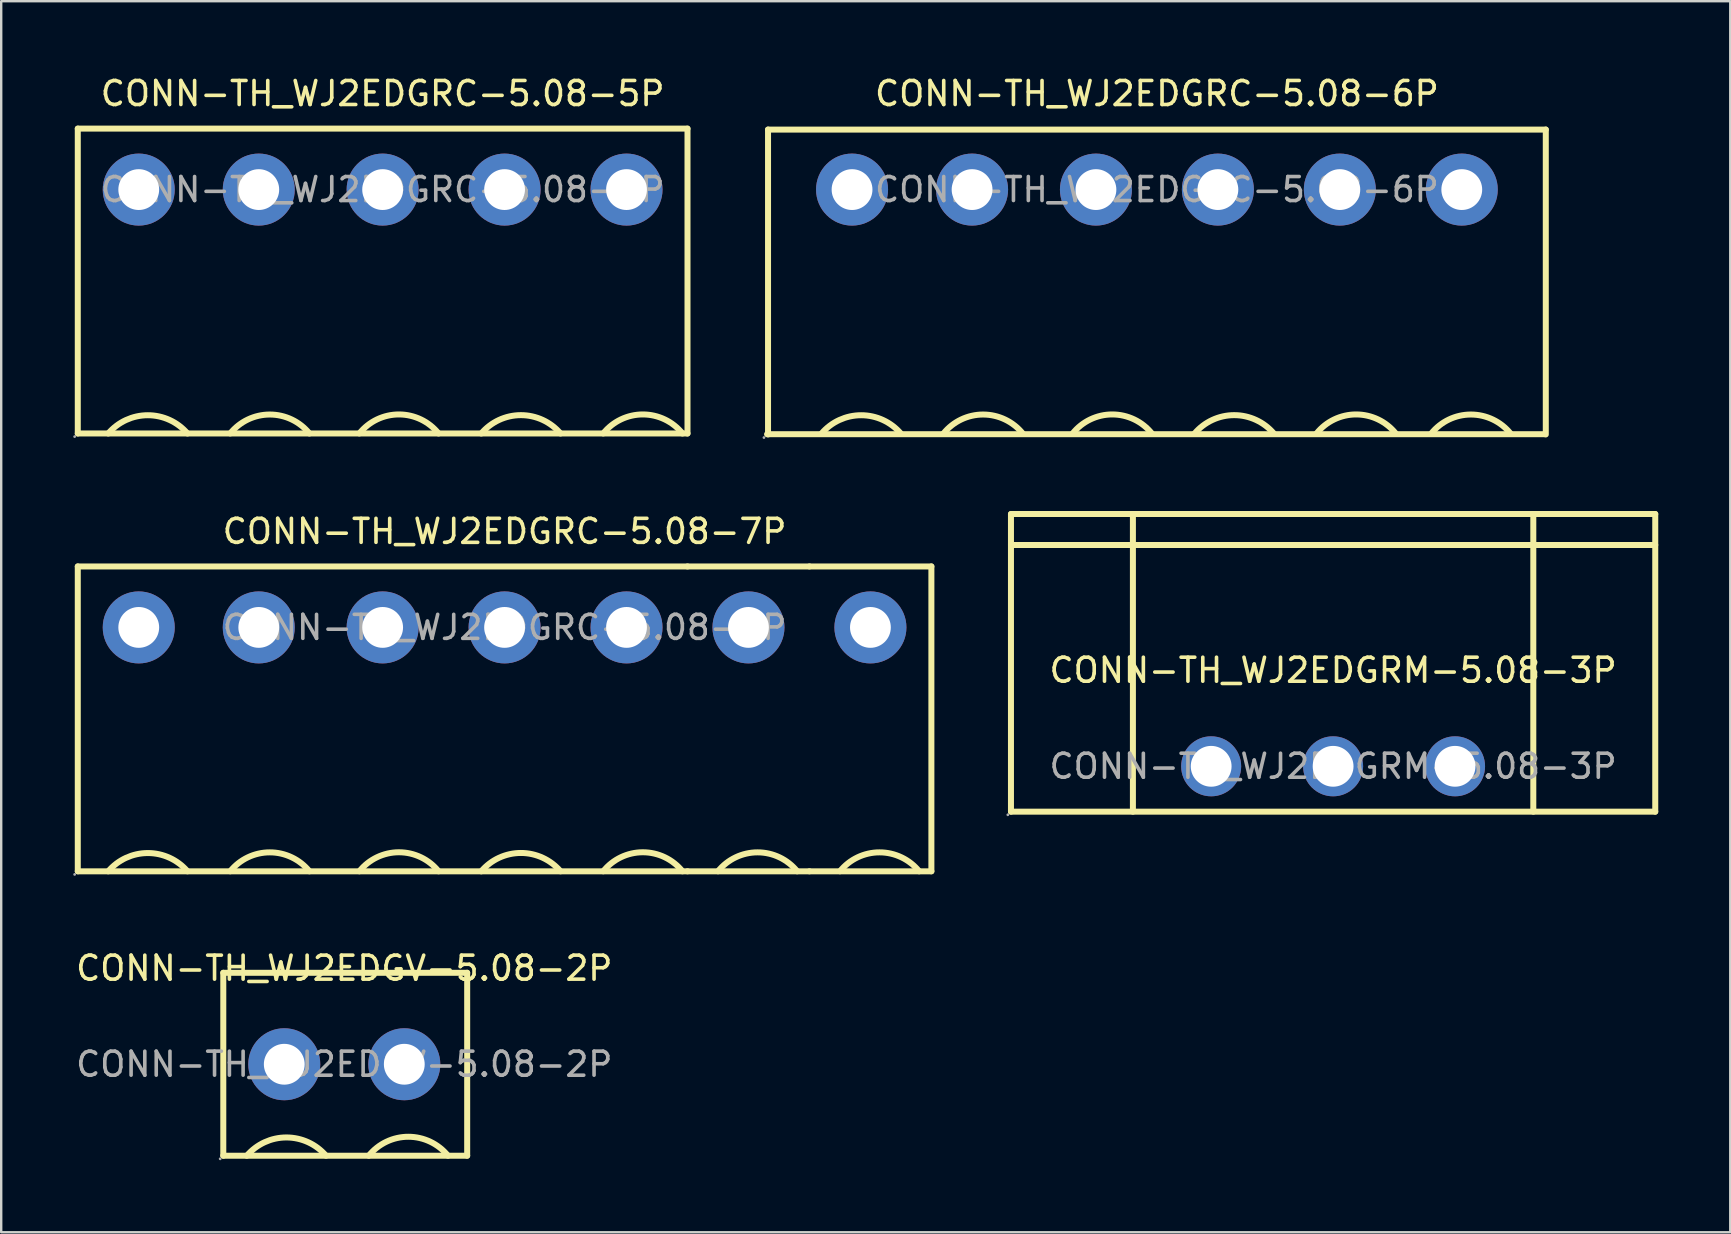
<source format=kicad_pcb>
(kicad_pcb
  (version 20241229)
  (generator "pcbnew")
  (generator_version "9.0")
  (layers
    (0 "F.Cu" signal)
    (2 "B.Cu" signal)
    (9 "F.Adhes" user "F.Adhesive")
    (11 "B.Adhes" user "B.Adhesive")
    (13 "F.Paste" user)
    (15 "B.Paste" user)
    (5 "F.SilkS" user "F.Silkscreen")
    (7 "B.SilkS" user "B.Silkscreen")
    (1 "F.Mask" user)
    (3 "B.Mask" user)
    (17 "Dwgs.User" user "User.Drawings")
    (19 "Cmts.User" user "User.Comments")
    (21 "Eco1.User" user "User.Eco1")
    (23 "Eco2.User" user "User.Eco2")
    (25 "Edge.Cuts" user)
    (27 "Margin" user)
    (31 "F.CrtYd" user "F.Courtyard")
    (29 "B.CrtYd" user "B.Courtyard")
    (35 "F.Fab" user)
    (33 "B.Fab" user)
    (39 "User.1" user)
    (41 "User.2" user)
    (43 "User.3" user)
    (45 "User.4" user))
  (footprint "CONN-TH_WJ2EDGRC-5.08-7P"
    (layer "F.Cu")
    (at 17.97 23.087)
    (property "Reference" "CONN-TH_WJ2EDGRC-5.08-7P" (at 0 -4 0) (layer "F.SilkS") (effects (font (size 1 1) (thickness 0.15))))
    (attr through_hole)
    (fp_line (start -17.78 -2.54) (end -17.78 10.16) (stroke (width 0.25) (type solid)) (layer "F.SilkS"))
    (fp_line (start -17.78 -2.54) (end 7.62 -2.54) (stroke (width 0.25) (type solid)) (layer "F.SilkS"))
    (fp_line (start -17.78 10.16) (end 7.62 10.16) (stroke (width 0.25) (type solid)) (layer "F.SilkS"))
    (fp_line (start 7.62 -2.54) (end 12.7 -2.54) (stroke (width 0.25) (type solid)) (layer "F.SilkS"))
    (fp_line (start 7.62 10.16) (end 12.7 10.16) (stroke (width 0.25) (type solid)) (layer "F.SilkS"))
    (fp_line (start 12.7 -2.54) (end 17.78 -2.54) (stroke (width 0.25) (type solid)) (layer "F.SilkS"))
    (fp_line (start 12.7 10.16) (end 17.78 10.16) (stroke (width 0.25) (type solid)) (layer "F.SilkS"))
    (fp_line (start 17.78 -2.54) (end 17.78 10.16) (stroke (width 0.25) (type solid)) (layer "F.SilkS"))
    (fp_arc (start -16.510511 10.160599) (mid -14.860394 9.399609) (end -13.21 10.16) (stroke (width 0.25) (type solid)) (layer "F.SilkS"))
    (fp_arc (start -11.428881 10.158614) (mid -9.779109 9.370709) (end -8.13 10.16) (stroke (width 0.25) (type solid)) (layer "F.SilkS"))
    (fp_arc (start -6.049069 10.158837) (mid -4.399255 9.366969) (end -2.75 10.16) (stroke (width 0.25) (type solid)) (layer "F.SilkS"))
    (fp_arc (start -0.970689 10.160812) (mid 0.679468 9.396091) (end 2.33 10.16) (stroke (width 0.25) (type solid)) (layer "F.SilkS"))
    (fp_arc (start 4.110931 10.158837) (mid 5.760745 9.366969) (end 7.41 10.16) (stroke (width 0.25) (type solid)) (layer "F.SilkS"))
    (fp_arc (start 8.891119 10.158614) (mid 10.540891 9.370709) (end 12.19 10.16) (stroke (width 0.25) (type solid)) (layer "F.SilkS"))
    (fp_arc (start 13.971119 10.158614) (mid 15.620891 9.370709) (end 17.27 10.16) (stroke (width 0.25) (type solid)) (layer "F.SilkS"))
    (fp_circle (center -17.91 10.29) (end -17.88 10.29) (stroke (width 0.06) (type solid)) (fill no) (layer "F.Fab"))
    (fp_circle (center -15.24 0) (end -14.86 0) (stroke (width 0.75) (type solid)) (fill no) (layer "F.Fab"))
    (fp_circle (center -10.24 0) (end -9.86 0) (stroke (width 0.75) (type solid)) (fill no) (layer "F.Fab"))
    (fp_circle (center -5.08 0) (end -4.7 0) (stroke (width 0.75) (type solid)) (fill no) (layer "F.Fab"))
    (fp_circle (center 0 0) (end 0.38 0) (stroke (width 0.75) (type solid)) (fill no) (layer "F.Fab"))
    (fp_circle (center 5.08 0) (end 5.46 0) (stroke (width 0.75) (type solid)) (fill no) (layer "F.Fab"))
    (fp_circle (center 10.16 0) (end 10.54 0) (stroke (width 0.75) (type solid)) (fill no) (layer "F.Fab"))
    (fp_circle (center 15.24 0) (end 15.62 0) (stroke (width 0.75) (type solid)) (fill no) (layer "F.Fab"))
    (fp_text user "${REFERENCE}" (at 0 0 0) (layer "F.Fab") (effects (font (size 1 1) (thickness 0.15))))
    (pad "1" thru_hole circle (at -15.24 0) (size 3 3) (drill 1.7) (layers "*.Cu" "*.Paste" "*.Mask"))
    (pad "2" thru_hole circle (at -10.24 0) (size 3 3) (drill 1.7) (layers "*.Cu" "*.Paste" "*.Mask"))
    (pad "3" thru_hole circle (at -5.08 0) (size 3 3) (drill 1.7) (layers "*.Cu" "*.Paste" "*.Mask"))
    (pad "4" thru_hole circle (at 0 0) (size 3 3) (drill 1.7) (layers "*.Cu" "*.Paste" "*.Mask"))
    (pad "5" thru_hole circle (at 5.08 0) (size 3 3) (drill 1.7) (layers "*.Cu" "*.Paste" "*.Mask"))
    (pad "6" thru_hole circle (at 10.16 0) (size 3 3) (drill 1.7) (layers "*.Cu" "*.Paste" "*.Mask"))
    (pad "7" thru_hole circle (at 15.24 0) (size 3 3) (drill 1.7) (layers "*.Cu" "*.Paste" "*.Mask")))
  (footprint "CONN-TH_WJ2EDGRC-5.08-6P"
    (layer "F.Cu")
    (at 45.145 4.848)
    (property "Reference" "CONN-TH_WJ2EDGRC-5.08-6P" (at 0 -4 0) (layer "F.SilkS") (effects (font (size 1 1) (thickness 0.15))))
    (attr through_hole)
    (fp_line (start -16.24 10.19) (end 16.16 10.19) (stroke (width 0.25) (type solid)) (layer "F.SilkS"))
    (fp_line (start -16.2 -2.5) (end -16.2 10.2) (stroke (width 0.25) (type solid)) (layer "F.SilkS"))
    (fp_line (start -16.2 -2.5) (end 16.2 -2.5) (stroke (width 0.25) (type solid)) (layer "F.SilkS"))
    (fp_line (start 16.2 -2.5) (end 16.2 10.2) (stroke (width 0.25) (type solid)) (layer "F.SilkS"))
    (fp_arc (start -13.970511 10.160599) (mid -12.320394 9.399609) (end -10.67 10.16) (stroke (width 0.25) (type solid)) (layer "F.SilkS"))
    (fp_arc (start -8.888881 10.158614) (mid -7.239109 9.370709) (end -5.59 10.16) (stroke (width 0.25) (type solid)) (layer "F.SilkS"))
    (fp_arc (start -3.509069 10.158837) (mid -1.859255 9.366969) (end -0.21 10.16) (stroke (width 0.25) (type solid)) (layer "F.SilkS"))
    (fp_arc (start 1.569311 10.160812) (mid 3.219468 9.396091) (end 4.87 10.16) (stroke (width 0.25) (type solid)) (layer "F.SilkS"))
    (fp_arc (start 6.650931 10.158837) (mid 8.300745 9.366969) (end 9.95 10.16) (stroke (width 0.25) (type solid)) (layer "F.SilkS"))
    (fp_arc (start 11.431119 10.158614) (mid 13.080891 9.370709) (end 14.73 10.16) (stroke (width 0.25) (type solid)) (layer "F.SilkS"))
    (fp_circle (center -16.37 10.33) (end -16.34 10.33) (stroke (width 0.06) (type solid)) (fill no) (layer "F.Fab"))
    (fp_circle (center -12.7 0) (end -12.32 0) (stroke (width 0.75) (type solid)) (fill no) (layer "F.Fab"))
    (fp_circle (center -7.7 0) (end -7.32 0) (stroke (width 0.75) (type solid)) (fill no) (layer "F.Fab"))
    (fp_circle (center -2.54 0) (end -2.16 0) (stroke (width 0.75) (type solid)) (fill no) (layer "F.Fab"))
    (fp_circle (center 2.54 0) (end 2.92 0) (stroke (width 0.75) (type solid)) (fill no) (layer "F.Fab"))
    (fp_circle (center 7.62 0) (end 8 0) (stroke (width 0.75) (type solid)) (fill no) (layer "F.Fab"))
    (fp_circle (center 12.7 0) (end 13.08 0) (stroke (width 0.75) (type solid)) (fill no) (layer "F.Fab"))
    (fp_text user "${REFERENCE}" (at 0 0 0) (layer "F.Fab") (effects (font (size 1 1) (thickness 0.15))))
    (pad "1" thru_hole circle (at -12.7 0) (size 3 3) (drill 1.7) (layers "*.Cu" "*.Paste" "*.Mask"))
    (pad "2" thru_hole circle (at -7.7 0) (size 3 3) (drill 1.7) (layers "*.Cu" "*.Paste" "*.Mask"))
    (pad "3" thru_hole circle (at -2.54 0) (size 3 3) (drill 1.7) (layers "*.Cu" "*.Paste" "*.Mask"))
    (pad "4" thru_hole circle (at 2.54 0) (size 3 3) (drill 1.7) (layers "*.Cu" "*.Paste" "*.Mask"))
    (pad "5" thru_hole circle (at 7.62 0) (size 3 3) (drill 1.7) (layers "*.Cu" "*.Paste" "*.Mask"))
    (pad "6" thru_hole circle (at 12.7 0) (size 3 3) (drill 1.7) (layers "*.Cu" "*.Paste" "*.Mask")))
  (footprint "CONN-TH_WJ2EDGV-5.08-2P"
    (layer "F.Cu")
    (at 11.292 41.285)
    (property "Reference" "CONN-TH_WJ2EDGV-5.08-2P" (at 0 -4 0) (layer "F.SilkS") (effects (font (size 1 1) (thickness 0.15))))
    (attr through_hole)
    (fp_line (start -5.04 -3.81) (end -5.04 3.81) (stroke (width 0.25) (type solid)) (layer "F.SilkS"))
    (fp_line (start -5.04 -3.81) (end 5.12 -3.81) (stroke (width 0.25) (type solid)) (layer "F.SilkS"))
    (fp_line (start -5.04 3.81) (end 5.12 3.81) (stroke (width 0.25) (type solid)) (layer "F.SilkS"))
    (fp_line (start 5.12 -3.81) (end 5.12 3.81) (stroke (width 0.25) (type solid)) (layer "F.SilkS"))
    (fp_arc (start -4.060511 3.810599) (mid -2.410394 3.049609) (end -0.76 3.81) (stroke (width 0.25) (type solid)) (layer "F.SilkS"))
    (fp_arc (start 1.021119 3.808614) (mid 2.670891 3.020709) (end 4.32 3.81) (stroke (width 0.25) (type solid)) (layer "F.SilkS"))
    (fp_circle (center -5.17 3.94) (end -5.14 3.94) (stroke (width 0.06) (type solid)) (fill no) (layer "F.Fab"))
    (fp_circle (center -2.5 0) (end -2.12 0) (stroke (width 0.75) (type solid)) (fill no) (layer "F.Fab"))
    (fp_circle (center 2.5 0) (end 2.88 0) (stroke (width 0.75) (type solid)) (fill no) (layer "F.Fab"))
    (fp_text user "${REFERENCE}" (at 0 0 0) (layer "F.Fab") (effects (font (size 1 1) (thickness 0.15))))
    (pad "1" thru_hole circle (at -2.5 0) (size 3 3) (drill 1.7) (layers "*.Cu" "*.Paste" "*.Mask"))
    (pad "2" thru_hole circle (at 2.5 0) (size 3 3) (drill 1.7) (layers "*.Cu" "*.Paste" "*.Mask")))
  (footprint "CONN-TH_WJ2EDGRC-5.08-5P"
    (layer "F.Cu")
    (at 12.89 4.848)
    (property "Reference" "CONN-TH_WJ2EDGRC-5.08-5P" (at 0 -4 0) (layer "F.SilkS") (effects (font (size 1 1) (thickness 0.15))))
    (attr through_hole)
    (fp_line (start -12.7 -2.54) (end -12.7 10.16) (stroke (width 0.25) (type solid)) (layer "F.SilkS"))
    (fp_line (start -12.7 -2.54) (end 12.7 -2.54) (stroke (width 0.25) (type solid)) (layer "F.SilkS"))
    (fp_line (start -12.7 10.16) (end 12.7 10.16) (stroke (width 0.25) (type solid)) (layer "F.SilkS"))
    (fp_line (start 12.7 -2.54) (end 12.7 10.16) (stroke (width 0.25) (type solid)) (layer "F.SilkS"))
    (fp_arc (start -11.430511 10.160599) (mid -9.780394 9.399609) (end -8.13 10.16) (stroke (width 0.25) (type solid)) (layer "F.SilkS"))
    (fp_arc (start -6.348881 10.158614) (mid -4.699109 9.370709) (end -3.05 10.16) (stroke (width 0.25) (type solid)) (layer "F.SilkS"))
    (fp_arc (start -0.969069 10.158837) (mid 0.680745 9.366969) (end 2.33 10.16) (stroke (width 0.25) (type solid)) (layer "F.SilkS"))
    (fp_arc (start 4.109311 10.160812) (mid 5.759468 9.396091) (end 7.41 10.16) (stroke (width 0.25) (type solid)) (layer "F.SilkS"))
    (fp_arc (start 9.190931 10.158837) (mid 10.840745 9.366969) (end 12.49 10.16) (stroke (width 0.25) (type solid)) (layer "F.SilkS"))
    (fp_circle (center -12.83 10.29) (end -12.8 10.29) (stroke (width 0.06) (type solid)) (fill no) (layer "F.Fab"))
    (fp_circle (center -10.16 0) (end -9.78 0) (stroke (width 0.75) (type solid)) (fill no) (layer "F.Fab"))
    (fp_circle (center -5.16 0) (end -4.78 0) (stroke (width 0.75) (type solid)) (fill no) (layer "F.Fab"))
    (fp_circle (center 0 0) (end 0.38 0) (stroke (width 0.75) (type solid)) (fill no) (layer "F.Fab"))
    (fp_circle (center 5.08 0) (end 5.46 0) (stroke (width 0.75) (type solid)) (fill no) (layer "F.Fab"))
    (fp_circle (center 10.16 0) (end 10.54 0) (stroke (width 0.75) (type solid)) (fill no) (layer "F.Fab"))
    (fp_text user "${REFERENCE}" (at 0 0 0) (layer "F.Fab") (effects (font (size 1 1) (thickness 0.15))))
    (pad "1" thru_hole circle (at -10.16 0) (size 3 3) (drill 1.7) (layers "*.Cu" "*.Paste" "*.Mask"))
    (pad "2" thru_hole circle (at -5.16 0) (size 3 3) (drill 1.7) (layers "*.Cu" "*.Paste" "*.Mask"))
    (pad "3" thru_hole circle (at 0 0) (size 3 3) (drill 1.7) (layers "*.Cu" "*.Paste" "*.Mask"))
    (pad "4" thru_hole circle (at 5.08 0) (size 3 3) (drill 1.7) (layers "*.Cu" "*.Paste" "*.Mask"))
    (pad "5" thru_hole circle (at 10.16 0) (size 3 3) (drill 1.7) (layers "*.Cu" "*.Paste" "*.Mask")))
  (footprint "CONN-TH_WJ2EDGRM-5.08-3P"
    (layer "F.Cu")
    (at 52.485 28.873)
    (property "Reference" "CONN-TH_WJ2EDGRM-5.08-3P" (at 0 -4 0) (layer "F.SilkS") (effects (font (size 1 1) (thickness 0.15))))
    (attr through_hole)
    (fp_line (start -13.42 -10.51) (end -13.42 1.89) (stroke (width 0.25) (type solid)) (layer "F.SilkS"))
    (fp_line (start -13.42 -10.51) (end 13.42 -10.51) (stroke (width 0.25) (type solid)) (layer "F.SilkS"))
    (fp_line (start -13.42 -9.22) (end 13.42 -9.22) (stroke (width 0.25) (type solid)) (layer "F.SilkS"))
    (fp_line (start -13.42 1.89) (end 13.42 1.89) (stroke (width 0.25) (type solid)) (layer "F.SilkS"))
    (fp_line (start -8.34 -10.51) (end -8.34 1.89) (stroke (width 0.25) (type solid)) (layer "F.SilkS"))
    (fp_line (start 8.34 -10.51) (end 8.34 1.89) (stroke (width 0.25) (type solid)) (layer "F.SilkS"))
    (fp_line (start 13.42 -10.51) (end 13.42 1.89) (stroke (width 0.25) (type solid)) (layer "F.SilkS"))
    (fp_circle (center -13.55 2.02) (end -13.52 2.02) (stroke (width 0.06) (type solid)) (fill no) (layer "F.Fab"))
    (fp_circle (center -5.08 0) (end -4.7 0) (stroke (width 0.75) (type solid)) (fill no) (layer "F.Fab"))
    (fp_circle (center 0 0) (end 0.38 0) (stroke (width 0.75) (type solid)) (fill no) (layer "F.Fab"))
    (fp_circle (center 5.08 0) (end 5.46 0) (stroke (width 0.75) (type solid)) (fill no) (layer "F.Fab"))
    (fp_text user "${REFERENCE}" (at 0 0 0) (layer "F.Fab") (effects (font (size 1 1) (thickness 0.15))))
    (pad "1" thru_hole circle (at -5.08 0) (size 2.5 2.5) (drill 1.7) (layers "*.Cu" "*.Paste" "*.Mask"))
    (pad "2" thru_hole circle (at 0 0) (size 2.5 2.5) (drill 1.7) (layers "*.Cu" "*.Paste" "*.Mask"))
    (pad "3" thru_hole circle (at 5.08 0) (size 2.5 2.5) (drill 1.7) (layers "*.Cu" "*.Paste" "*.Mask")))
  (gr_rect
    (start -3 -3)
    (end 69.03 48.285)
    (stroke (width 0.1) (type default))
    (fill no)
    (layer "Edge.Cuts")))
</source>
